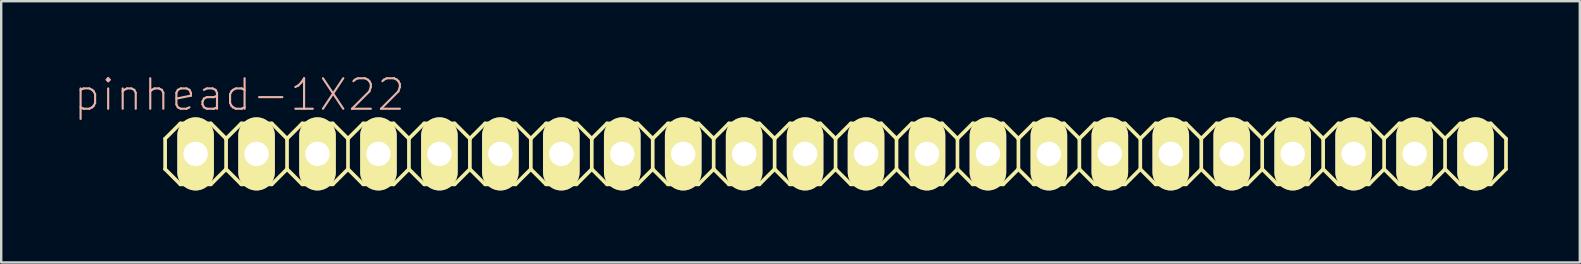
<source format=kicad_pcb>
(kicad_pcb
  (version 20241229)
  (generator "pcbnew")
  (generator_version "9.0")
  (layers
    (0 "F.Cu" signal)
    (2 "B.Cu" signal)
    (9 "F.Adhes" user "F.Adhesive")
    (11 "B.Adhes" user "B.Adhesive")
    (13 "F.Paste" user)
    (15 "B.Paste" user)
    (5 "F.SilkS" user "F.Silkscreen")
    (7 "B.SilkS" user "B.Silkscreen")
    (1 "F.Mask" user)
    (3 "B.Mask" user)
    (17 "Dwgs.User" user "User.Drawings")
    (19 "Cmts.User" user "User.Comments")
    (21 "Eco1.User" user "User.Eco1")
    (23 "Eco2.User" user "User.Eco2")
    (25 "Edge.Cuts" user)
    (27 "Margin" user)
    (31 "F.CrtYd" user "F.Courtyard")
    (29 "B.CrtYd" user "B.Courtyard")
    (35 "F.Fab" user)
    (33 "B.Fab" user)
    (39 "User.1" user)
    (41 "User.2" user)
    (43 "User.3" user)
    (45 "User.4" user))
  (footprint "pinhead-1X22"
    (layer "F.Cu")
    (at 31.772 3.363)
    (property "Reference" "pinhead-1X22" (at -24.841 -2.464 0) (layer "B.SilkS") (effects (font (size 1.27 1.27) (thickness 0.089))))
    (attr exclude_from_pos_files exclude_from_bom)
    (fp_line (start -27.94 -0.635) (end -27.94 0.635) (stroke (width 0.152) (type solid)) (layer "F.SilkS"))
    (fp_line (start -27.94 0.635) (end -27.305 1.27) (stroke (width 0.152) (type solid)) (layer "F.SilkS"))
    (fp_line (start -27.305 -1.27) (end -27.94 -0.635) (stroke (width 0.152) (type solid)) (layer "F.SilkS"))
    (fp_line (start -27.305 -1.27) (end -26.035 -1.27) (stroke (width 0.152) (type solid)) (layer "F.SilkS"))
    (fp_line (start -26.924 -0.254) (end -26.416 -0.254) (stroke (width 0.066) (type solid)) (layer "F.SilkS"))
    (fp_line (start -26.924 0.254) (end -26.924 -0.254) (stroke (width 0.066) (type solid)) (layer "F.SilkS"))
    (fp_line (start -26.924 0.254) (end -26.416 0.254) (stroke (width 0.066) (type solid)) (layer "F.SilkS"))
    (fp_line (start -26.416 0.254) (end -26.416 -0.254) (stroke (width 0.066) (type solid)) (layer "F.SilkS"))
    (fp_line (start -26.035 -1.27) (end -25.4 -0.635) (stroke (width 0.152) (type solid)) (layer "F.SilkS"))
    (fp_line (start -26.035 1.27) (end -27.305 1.27) (stroke (width 0.152) (type solid)) (layer "F.SilkS"))
    (fp_line (start -25.4 -0.635) (end -25.4 0.635) (stroke (width 0.152) (type solid)) (layer "F.SilkS"))
    (fp_line (start -25.4 -0.635) (end -24.765 -1.27) (stroke (width 0.152) (type solid)) (layer "F.SilkS"))
    (fp_line (start -25.4 0.635) (end -26.035 1.27) (stroke (width 0.152) (type solid)) (layer "F.SilkS"))
    (fp_line (start -24.765 -1.27) (end -23.495 -1.27) (stroke (width 0.152) (type solid)) (layer "F.SilkS"))
    (fp_line (start -24.765 1.27) (end -25.4 0.635) (stroke (width 0.152) (type solid)) (layer "F.SilkS"))
    (fp_line (start -24.384 -0.254) (end -23.876 -0.254) (stroke (width 0.066) (type solid)) (layer "F.SilkS"))
    (fp_line (start -24.384 0.254) (end -24.384 -0.254) (stroke (width 0.066) (type solid)) (layer "F.SilkS"))
    (fp_line (start -24.384 0.254) (end -23.876 0.254) (stroke (width 0.066) (type solid)) (layer "F.SilkS"))
    (fp_line (start -23.876 0.254) (end -23.876 -0.254) (stroke (width 0.066) (type solid)) (layer "F.SilkS"))
    (fp_line (start -23.495 -1.27) (end -22.86 -0.635) (stroke (width 0.152) (type solid)) (layer "F.SilkS"))
    (fp_line (start -23.495 1.27) (end -24.765 1.27) (stroke (width 0.152) (type solid)) (layer "F.SilkS"))
    (fp_line (start -22.86 -0.635) (end -22.86 0.635) (stroke (width 0.152) (type solid)) (layer "F.SilkS"))
    (fp_line (start -22.86 -0.635) (end -22.225 -1.27) (stroke (width 0.152) (type solid)) (layer "F.SilkS"))
    (fp_line (start -22.86 0.635) (end -23.495 1.27) (stroke (width 0.152) (type solid)) (layer "F.SilkS"))
    (fp_line (start -22.225 -1.27) (end -20.955 -1.27) (stroke (width 0.152) (type solid)) (layer "F.SilkS"))
    (fp_line (start -22.225 1.27) (end -22.86 0.635) (stroke (width 0.152) (type solid)) (layer "F.SilkS"))
    (fp_line (start -21.844 -0.254) (end -21.336 -0.254) (stroke (width 0.066) (type solid)) (layer "F.SilkS"))
    (fp_line (start -21.844 0.254) (end -21.844 -0.254) (stroke (width 0.066) (type solid)) (layer "F.SilkS"))
    (fp_line (start -21.844 0.254) (end -21.336 0.254) (stroke (width 0.066) (type solid)) (layer "F.SilkS"))
    (fp_line (start -21.336 0.254) (end -21.336 -0.254) (stroke (width 0.066) (type solid)) (layer "F.SilkS"))
    (fp_line (start -20.955 -1.27) (end -20.32 -0.635) (stroke (width 0.152) (type solid)) (layer "F.SilkS"))
    (fp_line (start -20.955 1.27) (end -22.225 1.27) (stroke (width 0.152) (type solid)) (layer "F.SilkS"))
    (fp_line (start -20.32 -0.635) (end -20.32 0.635) (stroke (width 0.152) (type solid)) (layer "F.SilkS"))
    (fp_line (start -20.32 0.635) (end -20.955 1.27) (stroke (width 0.152) (type solid)) (layer "F.SilkS"))
    (fp_line (start -20.32 0.635) (end -19.685 1.27) (stroke (width 0.152) (type solid)) (layer "F.SilkS"))
    (fp_line (start -19.685 -1.27) (end -20.32 -0.635) (stroke (width 0.152) (type solid)) (layer "F.SilkS"))
    (fp_line (start -19.685 -1.27) (end -18.415 -1.27) (stroke (width 0.152) (type solid)) (layer "F.SilkS"))
    (fp_line (start -19.304 -0.254) (end -18.796 -0.254) (stroke (width 0.066) (type solid)) (layer "F.SilkS"))
    (fp_line (start -19.304 0.254) (end -19.304 -0.254) (stroke (width 0.066) (type solid)) (layer "F.SilkS"))
    (fp_line (start -19.304 0.254) (end -18.796 0.254) (stroke (width 0.066) (type solid)) (layer "F.SilkS"))
    (fp_line (start -18.796 0.254) (end -18.796 -0.254) (stroke (width 0.066) (type solid)) (layer "F.SilkS"))
    (fp_line (start -18.415 -1.27) (end -17.78 -0.635) (stroke (width 0.152) (type solid)) (layer "F.SilkS"))
    (fp_line (start -18.415 1.27) (end -19.685 1.27) (stroke (width 0.152) (type solid)) (layer "F.SilkS"))
    (fp_line (start -17.78 -0.635) (end -17.78 0.635) (stroke (width 0.152) (type solid)) (layer "F.SilkS"))
    (fp_line (start -17.78 -0.635) (end -17.145 -1.27) (stroke (width 0.152) (type solid)) (layer "F.SilkS"))
    (fp_line (start -17.78 0.635) (end -18.415 1.27) (stroke (width 0.152) (type solid)) (layer "F.SilkS"))
    (fp_line (start -17.145 -1.27) (end -15.875 -1.27) (stroke (width 0.152) (type solid)) (layer "F.SilkS"))
    (fp_line (start -17.145 1.27) (end -17.78 0.635) (stroke (width 0.152) (type solid)) (layer "F.SilkS"))
    (fp_line (start -16.764 -0.254) (end -16.256 -0.254) (stroke (width 0.066) (type solid)) (layer "F.SilkS"))
    (fp_line (start -16.764 0.254) (end -16.764 -0.254) (stroke (width 0.066) (type solid)) (layer "F.SilkS"))
    (fp_line (start -16.764 0.254) (end -16.256 0.254) (stroke (width 0.066) (type solid)) (layer "F.SilkS"))
    (fp_line (start -16.256 0.254) (end -16.256 -0.254) (stroke (width 0.066) (type solid)) (layer "F.SilkS"))
    (fp_line (start -15.875 -1.27) (end -15.24 -0.635) (stroke (width 0.152) (type solid)) (layer "F.SilkS"))
    (fp_line (start -15.875 1.27) (end -17.145 1.27) (stroke (width 0.152) (type solid)) (layer "F.SilkS"))
    (fp_line (start -15.24 -0.635) (end -15.24 0.635) (stroke (width 0.152) (type solid)) (layer "F.SilkS"))
    (fp_line (start -15.24 -0.635) (end -14.605 -1.27) (stroke (width 0.152) (type solid)) (layer "F.SilkS"))
    (fp_line (start -15.24 0.635) (end -15.875 1.27) (stroke (width 0.152) (type solid)) (layer "F.SilkS"))
    (fp_line (start -14.605 -1.27) (end -13.335 -1.27) (stroke (width 0.152) (type solid)) (layer "F.SilkS"))
    (fp_line (start -14.605 1.27) (end -15.24 0.635) (stroke (width 0.152) (type solid)) (layer "F.SilkS"))
    (fp_line (start -14.224 -0.254) (end -13.716 -0.254) (stroke (width 0.066) (type solid)) (layer "F.SilkS"))
    (fp_line (start -14.224 0.254) (end -14.224 -0.254) (stroke (width 0.066) (type solid)) (layer "F.SilkS"))
    (fp_line (start -14.224 0.254) (end -13.716 0.254) (stroke (width 0.066) (type solid)) (layer "F.SilkS"))
    (fp_line (start -13.716 0.254) (end -13.716 -0.254) (stroke (width 0.066) (type solid)) (layer "F.SilkS"))
    (fp_line (start -13.335 -1.27) (end -12.7 -0.635) (stroke (width 0.152) (type solid)) (layer "F.SilkS"))
    (fp_line (start -13.335 1.27) (end -14.605 1.27) (stroke (width 0.152) (type solid)) (layer "F.SilkS"))
    (fp_line (start -12.7 -0.635) (end -12.7 0.635) (stroke (width 0.152) (type solid)) (layer "F.SilkS"))
    (fp_line (start -12.7 0.635) (end -13.335 1.27) (stroke (width 0.152) (type solid)) (layer "F.SilkS"))
    (fp_line (start -12.7 0.635) (end -12.065 1.27) (stroke (width 0.152) (type solid)) (layer "F.SilkS"))
    (fp_line (start -12.065 -1.27) (end -12.7 -0.635) (stroke (width 0.152) (type solid)) (layer "F.SilkS"))
    (fp_line (start -12.065 -1.27) (end -10.795 -1.27) (stroke (width 0.152) (type solid)) (layer "F.SilkS"))
    (fp_line (start -11.684 -0.254) (end -11.176 -0.254) (stroke (width 0.066) (type solid)) (layer "F.SilkS"))
    (fp_line (start -11.684 0.254) (end -11.684 -0.254) (stroke (width 0.066) (type solid)) (layer "F.SilkS"))
    (fp_line (start -11.684 0.254) (end -11.176 0.254) (stroke (width 0.066) (type solid)) (layer "F.SilkS"))
    (fp_line (start -11.176 0.254) (end -11.176 -0.254) (stroke (width 0.066) (type solid)) (layer "F.SilkS"))
    (fp_line (start -10.795 -1.27) (end -10.16 -0.635) (stroke (width 0.152) (type solid)) (layer "F.SilkS"))
    (fp_line (start -10.795 1.27) (end -12.065 1.27) (stroke (width 0.152) (type solid)) (layer "F.SilkS"))
    (fp_line (start -10.16 -0.635) (end -10.16 0.635) (stroke (width 0.152) (type solid)) (layer "F.SilkS"))
    (fp_line (start -10.16 -0.635) (end -9.525 -1.27) (stroke (width 0.152) (type solid)) (layer "F.SilkS"))
    (fp_line (start -10.16 0.635) (end -10.795 1.27) (stroke (width 0.152) (type solid)) (layer "F.SilkS"))
    (fp_line (start -9.525 -1.27) (end -8.255 -1.27) (stroke (width 0.152) (type solid)) (layer "F.SilkS"))
    (fp_line (start -9.525 1.27) (end -10.16 0.635) (stroke (width 0.152) (type solid)) (layer "F.SilkS"))
    (fp_line (start -9.144 -0.254) (end -8.636 -0.254) (stroke (width 0.066) (type solid)) (layer "F.SilkS"))
    (fp_line (start -9.144 0.254) (end -9.144 -0.254) (stroke (width 0.066) (type solid)) (layer "F.SilkS"))
    (fp_line (start -9.144 0.254) (end -8.636 0.254) (stroke (width 0.066) (type solid)) (layer "F.SilkS"))
    (fp_line (start -8.636 0.254) (end -8.636 -0.254) (stroke (width 0.066) (type solid)) (layer "F.SilkS"))
    (fp_line (start -8.255 -1.27) (end -7.62 -0.635) (stroke (width 0.152) (type solid)) (layer "F.SilkS"))
    (fp_line (start -8.255 1.27) (end -9.525 1.27) (stroke (width 0.152) (type solid)) (layer "F.SilkS"))
    (fp_line (start -7.62 -0.635) (end -7.62 0.635) (stroke (width 0.152) (type solid)) (layer "F.SilkS"))
    (fp_line (start -7.62 -0.635) (end -6.985 -1.27) (stroke (width 0.152) (type solid)) (layer "F.SilkS"))
    (fp_line (start -7.62 0.635) (end -8.255 1.27) (stroke (width 0.152) (type solid)) (layer "F.SilkS"))
    (fp_line (start -6.985 -1.27) (end -5.715 -1.27) (stroke (width 0.152) (type solid)) (layer "F.SilkS"))
    (fp_line (start -6.985 1.27) (end -7.62 0.635) (stroke (width 0.152) (type solid)) (layer "F.SilkS"))
    (fp_line (start -6.604 -0.254) (end -6.096 -0.254) (stroke (width 0.066) (type solid)) (layer "F.SilkS"))
    (fp_line (start -6.604 0.254) (end -6.604 -0.254) (stroke (width 0.066) (type solid)) (layer "F.SilkS"))
    (fp_line (start -6.604 0.254) (end -6.096 0.254) (stroke (width 0.066) (type solid)) (layer "F.SilkS"))
    (fp_line (start -6.096 0.254) (end -6.096 -0.254) (stroke (width 0.066) (type solid)) (layer "F.SilkS"))
    (fp_line (start -5.715 -1.27) (end -5.08 -0.635) (stroke (width 0.152) (type solid)) (layer "F.SilkS"))
    (fp_line (start -5.715 1.27) (end -6.985 1.27) (stroke (width 0.152) (type solid)) (layer "F.SilkS"))
    (fp_line (start -5.08 -0.635) (end -5.08 0.635) (stroke (width 0.152) (type solid)) (layer "F.SilkS"))
    (fp_line (start -5.08 0.635) (end -5.715 1.27) (stroke (width 0.152) (type solid)) (layer "F.SilkS"))
    (fp_line (start -5.08 0.635) (end -4.445 1.27) (stroke (width 0.152) (type solid)) (layer "F.SilkS"))
    (fp_line (start -4.445 -1.27) (end -5.08 -0.635) (stroke (width 0.152) (type solid)) (layer "F.SilkS"))
    (fp_line (start -4.445 -1.27) (end -3.175 -1.27) (stroke (width 0.152) (type solid)) (layer "F.SilkS"))
    (fp_line (start -4.064 -0.254) (end -3.556 -0.254) (stroke (width 0.066) (type solid)) (layer "F.SilkS"))
    (fp_line (start -4.064 0.254) (end -4.064 -0.254) (stroke (width 0.066) (type solid)) (layer "F.SilkS"))
    (fp_line (start -4.064 0.254) (end -3.556 0.254) (stroke (width 0.066) (type solid)) (layer "F.SilkS"))
    (fp_line (start -3.556 0.254) (end -3.556 -0.254) (stroke (width 0.066) (type solid)) (layer "F.SilkS"))
    (fp_line (start -3.175 -1.27) (end -2.54 -0.635) (stroke (width 0.152) (type solid)) (layer "F.SilkS"))
    (fp_line (start -3.175 1.27) (end -4.445 1.27) (stroke (width 0.152) (type solid)) (layer "F.SilkS"))
    (fp_line (start -2.54 -0.635) (end -2.54 0.635) (stroke (width 0.152) (type solid)) (layer "F.SilkS"))
    (fp_line (start -2.54 -0.635) (end -1.905 -1.27) (stroke (width 0.152) (type solid)) (layer "F.SilkS"))
    (fp_line (start -2.54 0.635) (end -3.175 1.27) (stroke (width 0.152) (type solid)) (layer "F.SilkS"))
    (fp_line (start -1.905 -1.27) (end -0.635 -1.27) (stroke (width 0.152) (type solid)) (layer "F.SilkS"))
    (fp_line (start -1.905 1.27) (end -2.54 0.635) (stroke (width 0.152) (type solid)) (layer "F.SilkS"))
    (fp_line (start -1.524 -0.254) (end -1.016 -0.254) (stroke (width 0.066) (type solid)) (layer "F.SilkS"))
    (fp_line (start -1.524 0.254) (end -1.524 -0.254) (stroke (width 0.066) (type solid)) (layer "F.SilkS"))
    (fp_line (start -1.524 0.254) (end -1.016 0.254) (stroke (width 0.066) (type solid)) (layer "F.SilkS"))
    (fp_line (start -1.016 0.254) (end -1.016 -0.254) (stroke (width 0.066) (type solid)) (layer "F.SilkS"))
    (fp_line (start -0.635 -1.27) (end 0 -0.635) (stroke (width 0.152) (type solid)) (layer "F.SilkS"))
    (fp_line (start -0.635 1.27) (end -1.905 1.27) (stroke (width 0.152) (type solid)) (layer "F.SilkS"))
    (fp_line (start 0 -0.635) (end 0 0.635) (stroke (width 0.152) (type solid)) (layer "F.SilkS"))
    (fp_line (start 0 -0.635) (end 0.635 -1.27) (stroke (width 0.152) (type solid)) (layer "F.SilkS"))
    (fp_line (start 0 0.635) (end -0.635 1.27) (stroke (width 0.152) (type solid)) (layer "F.SilkS"))
    (fp_line (start 0.635 -1.27) (end 1.905 -1.27) (stroke (width 0.152) (type solid)) (layer "F.SilkS"))
    (fp_line (start 0.635 1.27) (end 0 0.635) (stroke (width 0.152) (type solid)) (layer "F.SilkS"))
    (fp_line (start 1.016 -0.254) (end 1.524 -0.254) (stroke (width 0.066) (type solid)) (layer "F.SilkS"))
    (fp_line (start 1.016 0.254) (end 1.016 -0.254) (stroke (width 0.066) (type solid)) (layer "F.SilkS"))
    (fp_line (start 1.016 0.254) (end 1.524 0.254) (stroke (width 0.066) (type solid)) (layer "F.SilkS"))
    (fp_line (start 1.524 0.254) (end 1.524 -0.254) (stroke (width 0.066) (type solid)) (layer "F.SilkS"))
    (fp_line (start 1.905 -1.27) (end 2.54 -0.635) (stroke (width 0.152) (type solid)) (layer "F.SilkS"))
    (fp_line (start 1.905 1.27) (end 0.635 1.27) (stroke (width 0.152) (type solid)) (layer "F.SilkS"))
    (fp_line (start 2.54 -0.635) (end 2.54 0.635) (stroke (width 0.152) (type solid)) (layer "F.SilkS"))
    (fp_line (start 2.54 0.635) (end 1.905 1.27) (stroke (width 0.152) (type solid)) (layer "F.SilkS"))
    (fp_line (start 2.54 0.635) (end 3.175 1.27) (stroke (width 0.152) (type solid)) (layer "F.SilkS"))
    (fp_line (start 3.175 -1.27) (end 2.54 -0.635) (stroke (width 0.152) (type solid)) (layer "F.SilkS"))
    (fp_line (start 3.175 -1.27) (end 4.445 -1.27) (stroke (width 0.152) (type solid)) (layer "F.SilkS"))
    (fp_line (start 3.556 -0.254) (end 4.064 -0.254) (stroke (width 0.066) (type solid)) (layer "F.SilkS"))
    (fp_line (start 3.556 0.254) (end 3.556 -0.254) (stroke (width 0.066) (type solid)) (layer "F.SilkS"))
    (fp_line (start 3.556 0.254) (end 4.064 0.254) (stroke (width 0.066) (type solid)) (layer "F.SilkS"))
    (fp_line (start 4.064 0.254) (end 4.064 -0.254) (stroke (width 0.066) (type solid)) (layer "F.SilkS"))
    (fp_line (start 4.445 -1.27) (end 5.08 -0.635) (stroke (width 0.152) (type solid)) (layer "F.SilkS"))
    (fp_line (start 4.445 1.27) (end 3.175 1.27) (stroke (width 0.152) (type solid)) (layer "F.SilkS"))
    (fp_line (start 5.08 -0.635) (end 5.08 0.635) (stroke (width 0.152) (type solid)) (layer "F.SilkS"))
    (fp_line (start 5.08 -0.635) (end 5.715 -1.27) (stroke (width 0.152) (type solid)) (layer "F.SilkS"))
    (fp_line (start 5.08 0.635) (end 4.445 1.27) (stroke (width 0.152) (type solid)) (layer "F.SilkS"))
    (fp_line (start 5.715 -1.27) (end 6.985 -1.27) (stroke (width 0.152) (type solid)) (layer "F.SilkS"))
    (fp_line (start 5.715 1.27) (end 5.08 0.635) (stroke (width 0.152) (type solid)) (layer "F.SilkS"))
    (fp_line (start 6.096 -0.254) (end 6.604 -0.254) (stroke (width 0.066) (type solid)) (layer "F.SilkS"))
    (fp_line (start 6.096 0.254) (end 6.096 -0.254) (stroke (width 0.066) (type solid)) (layer "F.SilkS"))
    (fp_line (start 6.096 0.254) (end 6.604 0.254) (stroke (width 0.066) (type solid)) (layer "F.SilkS"))
    (fp_line (start 6.604 0.254) (end 6.604 -0.254) (stroke (width 0.066) (type solid)) (layer "F.SilkS"))
    (fp_line (start 6.985 -1.27) (end 7.62 -0.635) (stroke (width 0.152) (type solid)) (layer "F.SilkS"))
    (fp_line (start 6.985 1.27) (end 5.715 1.27) (stroke (width 0.152) (type solid)) (layer "F.SilkS"))
    (fp_line (start 7.62 -0.635) (end 7.62 0.635) (stroke (width 0.152) (type solid)) (layer "F.SilkS"))
    (fp_line (start 7.62 -0.635) (end 8.255 -1.27) (stroke (width 0.152) (type solid)) (layer "F.SilkS"))
    (fp_line (start 7.62 0.635) (end 6.985 1.27) (stroke (width 0.152) (type solid)) (layer "F.SilkS"))
    (fp_line (start 8.255 -1.27) (end 9.525 -1.27) (stroke (width 0.152) (type solid)) (layer "F.SilkS"))
    (fp_line (start 8.255 1.27) (end 7.62 0.635) (stroke (width 0.152) (type solid)) (layer "F.SilkS"))
    (fp_line (start 8.636 -0.254) (end 9.144 -0.254) (stroke (width 0.066) (type solid)) (layer "F.SilkS"))
    (fp_line (start 8.636 0.254) (end 8.636 -0.254) (stroke (width 0.066) (type solid)) (layer "F.SilkS"))
    (fp_line (start 8.636 0.254) (end 9.144 0.254) (stroke (width 0.066) (type solid)) (layer "F.SilkS"))
    (fp_line (start 9.144 0.254) (end 9.144 -0.254) (stroke (width 0.066) (type solid)) (layer "F.SilkS"))
    (fp_line (start 9.525 -1.27) (end 10.16 -0.635) (stroke (width 0.152) (type solid)) (layer "F.SilkS"))
    (fp_line (start 9.525 1.27) (end 8.255 1.27) (stroke (width 0.152) (type solid)) (layer "F.SilkS"))
    (fp_line (start 10.16 -0.635) (end 10.16 0.635) (stroke (width 0.152) (type solid)) (layer "F.SilkS"))
    (fp_line (start 10.16 0.635) (end 9.525 1.27) (stroke (width 0.152) (type solid)) (layer "F.SilkS"))
    (fp_line (start 10.16 0.635) (end 10.795 1.27) (stroke (width 0.152) (type solid)) (layer "F.SilkS"))
    (fp_line (start 10.795 -1.27) (end 10.16 -0.635) (stroke (width 0.152) (type solid)) (layer "F.SilkS"))
    (fp_line (start 10.795 -1.27) (end 12.065 -1.27) (stroke (width 0.152) (type solid)) (layer "F.SilkS"))
    (fp_line (start 11.176 -0.254) (end 11.684 -0.254) (stroke (width 0.066) (type solid)) (layer "F.SilkS"))
    (fp_line (start 11.176 0.254) (end 11.176 -0.254) (stroke (width 0.066) (type solid)) (layer "F.SilkS"))
    (fp_line (start 11.176 0.254) (end 11.684 0.254) (stroke (width 0.066) (type solid)) (layer "F.SilkS"))
    (fp_line (start 11.684 0.254) (end 11.684 -0.254) (stroke (width 0.066) (type solid)) (layer "F.SilkS"))
    (fp_line (start 12.065 -1.27) (end 12.7 -0.635) (stroke (width 0.152) (type solid)) (layer "F.SilkS"))
    (fp_line (start 12.065 1.27) (end 10.795 1.27) (stroke (width 0.152) (type solid)) (layer "F.SilkS"))
    (fp_line (start 12.7 -0.635) (end 12.7 0.635) (stroke (width 0.152) (type solid)) (layer "F.SilkS"))
    (fp_line (start 12.7 -0.635) (end 13.335 -1.27) (stroke (width 0.152) (type solid)) (layer "F.SilkS"))
    (fp_line (start 12.7 0.635) (end 12.065 1.27) (stroke (width 0.152) (type solid)) (layer "F.SilkS"))
    (fp_line (start 13.335 -1.27) (end 14.605 -1.27) (stroke (width 0.152) (type solid)) (layer "F.SilkS"))
    (fp_line (start 13.335 1.27) (end 12.7 0.635) (stroke (width 0.152) (type solid)) (layer "F.SilkS"))
    (fp_line (start 13.716 -0.254) (end 14.224 -0.254) (stroke (width 0.066) (type solid)) (layer "F.SilkS"))
    (fp_line (start 13.716 0.254) (end 13.716 -0.254) (stroke (width 0.066) (type solid)) (layer "F.SilkS"))
    (fp_line (start 13.716 0.254) (end 14.224 0.254) (stroke (width 0.066) (type solid)) (layer "F.SilkS"))
    (fp_line (start 14.224 0.254) (end 14.224 -0.254) (stroke (width 0.066) (type solid)) (layer "F.SilkS"))
    (fp_line (start 14.605 -1.27) (end 15.24 -0.635) (stroke (width 0.152) (type solid)) (layer "F.SilkS"))
    (fp_line (start 14.605 1.27) (end 13.335 1.27) (stroke (width 0.152) (type solid)) (layer "F.SilkS"))
    (fp_line (start 15.24 -0.635) (end 15.24 0.635) (stroke (width 0.152) (type solid)) (layer "F.SilkS"))
    (fp_line (start 15.24 -0.635) (end 15.875 -1.27) (stroke (width 0.152) (type solid)) (layer "F.SilkS"))
    (fp_line (start 15.24 0.635) (end 14.605 1.27) (stroke (width 0.152) (type solid)) (layer "F.SilkS"))
    (fp_line (start 15.875 -1.27) (end 17.145 -1.27) (stroke (width 0.152) (type solid)) (layer "F.SilkS"))
    (fp_line (start 15.875 1.27) (end 15.24 0.635) (stroke (width 0.152) (type solid)) (layer "F.SilkS"))
    (fp_line (start 16.256 -0.254) (end 16.764 -0.254) (stroke (width 0.066) (type solid)) (layer "F.SilkS"))
    (fp_line (start 16.256 0.254) (end 16.256 -0.254) (stroke (width 0.066) (type solid)) (layer "F.SilkS"))
    (fp_line (start 16.256 0.254) (end 16.764 0.254) (stroke (width 0.066) (type solid)) (layer "F.SilkS"))
    (fp_line (start 16.764 0.254) (end 16.764 -0.254) (stroke (width 0.066) (type solid)) (layer "F.SilkS"))
    (fp_line (start 17.145 -1.27) (end 17.78 -0.635) (stroke (width 0.152) (type solid)) (layer "F.SilkS"))
    (fp_line (start 17.145 1.27) (end 15.875 1.27) (stroke (width 0.152) (type solid)) (layer "F.SilkS"))
    (fp_line (start 17.78 -0.635) (end 17.78 0.635) (stroke (width 0.152) (type solid)) (layer "F.SilkS"))
    (fp_line (start 17.78 0.635) (end 17.145 1.27) (stroke (width 0.152) (type solid)) (layer "F.SilkS"))
    (fp_line (start 17.78 0.635) (end 18.415 1.27) (stroke (width 0.152) (type solid)) (layer "F.SilkS"))
    (fp_line (start 18.415 -1.27) (end 17.78 -0.635) (stroke (width 0.152) (type solid)) (layer "F.SilkS"))
    (fp_line (start 18.415 -1.27) (end 19.685 -1.27) (stroke (width 0.152) (type solid)) (layer "F.SilkS"))
    (fp_line (start 18.796 -0.254) (end 19.304 -0.254) (stroke (width 0.066) (type solid)) (layer "F.SilkS"))
    (fp_line (start 18.796 0.254) (end 18.796 -0.254) (stroke (width 0.066) (type solid)) (layer "F.SilkS"))
    (fp_line (start 18.796 0.254) (end 19.304 0.254) (stroke (width 0.066) (type solid)) (layer "F.SilkS"))
    (fp_line (start 19.304 0.254) (end 19.304 -0.254) (stroke (width 0.066) (type solid)) (layer "F.SilkS"))
    (fp_line (start 19.685 -1.27) (end 20.32 -0.635) (stroke (width 0.152) (type solid)) (layer "F.SilkS"))
    (fp_line (start 19.685 1.27) (end 18.415 1.27) (stroke (width 0.152) (type solid)) (layer "F.SilkS"))
    (fp_line (start 20.32 -0.635) (end 20.32 0.635) (stroke (width 0.152) (type solid)) (layer "F.SilkS"))
    (fp_line (start 20.32 0.635) (end 19.685 1.27) (stroke (width 0.152) (type solid)) (layer "F.SilkS"))
    (fp_line (start 20.32 0.635) (end 20.955 1.27) (stroke (width 0.152) (type solid)) (layer "F.SilkS"))
    (fp_line (start 20.955 -1.27) (end 20.32 -0.635) (stroke (width 0.152) (type solid)) (layer "F.SilkS"))
    (fp_line (start 20.955 -1.27) (end 22.225 -1.27) (stroke (width 0.152) (type solid)) (layer "F.SilkS"))
    (fp_line (start 21.336 -0.254) (end 21.844 -0.254) (stroke (width 0.066) (type solid)) (layer "F.SilkS"))
    (fp_line (start 21.336 0.254) (end 21.336 -0.254) (stroke (width 0.066) (type solid)) (layer "F.SilkS"))
    (fp_line (start 21.336 0.254) (end 21.844 0.254) (stroke (width 0.066) (type solid)) (layer "F.SilkS"))
    (fp_line (start 21.844 0.254) (end 21.844 -0.254) (stroke (width 0.066) (type solid)) (layer "F.SilkS"))
    (fp_line (start 22.225 -1.27) (end 22.86 -0.635) (stroke (width 0.152) (type solid)) (layer "F.SilkS"))
    (fp_line (start 22.225 1.27) (end 20.955 1.27) (stroke (width 0.152) (type solid)) (layer "F.SilkS"))
    (fp_line (start 22.86 -0.635) (end 22.86 0.635) (stroke (width 0.152) (type solid)) (layer "F.SilkS"))
    (fp_line (start 22.86 0.635) (end 22.225 1.27) (stroke (width 0.152) (type solid)) (layer "F.SilkS"))
    (fp_line (start 22.86 0.635) (end 23.495 1.27) (stroke (width 0.152) (type solid)) (layer "F.SilkS"))
    (fp_line (start 23.495 -1.27) (end 22.86 -0.635) (stroke (width 0.152) (type solid)) (layer "F.SilkS"))
    (fp_line (start 23.495 -1.27) (end 24.765 -1.27) (stroke (width 0.152) (type solid)) (layer "F.SilkS"))
    (fp_line (start 23.876 -0.254) (end 24.384 -0.254) (stroke (width 0.066) (type solid)) (layer "F.SilkS"))
    (fp_line (start 23.876 0.254) (end 23.876 -0.254) (stroke (width 0.066) (type solid)) (layer "F.SilkS"))
    (fp_line (start 23.876 0.254) (end 24.384 0.254) (stroke (width 0.066) (type solid)) (layer "F.SilkS"))
    (fp_line (start 24.384 0.254) (end 24.384 -0.254) (stroke (width 0.066) (type solid)) (layer "F.SilkS"))
    (fp_line (start 24.765 -1.27) (end 25.4 -0.635) (stroke (width 0.152) (type solid)) (layer "F.SilkS"))
    (fp_line (start 24.765 1.27) (end 23.495 1.27) (stroke (width 0.152) (type solid)) (layer "F.SilkS"))
    (fp_line (start 25.4 -0.635) (end 25.4 0.635) (stroke (width 0.152) (type solid)) (layer "F.SilkS"))
    (fp_line (start 25.4 0.635) (end 24.765 1.27) (stroke (width 0.152) (type solid)) (layer "F.SilkS"))
    (fp_line (start 25.4 0.635) (end 26.035 1.27) (stroke (width 0.152) (type solid)) (layer "F.SilkS"))
    (fp_line (start 26.035 -1.27) (end 25.4 -0.635) (stroke (width 0.152) (type solid)) (layer "F.SilkS"))
    (fp_line (start 26.035 -1.27) (end 27.305 -1.27) (stroke (width 0.152) (type solid)) (layer "F.SilkS"))
    (fp_line (start 26.416 -0.254) (end 26.924 -0.254) (stroke (width 0.066) (type solid)) (layer "F.SilkS"))
    (fp_line (start 26.416 0.254) (end 26.416 -0.254) (stroke (width 0.066) (type solid)) (layer "F.SilkS"))
    (fp_line (start 26.416 0.254) (end 26.924 0.254) (stroke (width 0.066) (type solid)) (layer "F.SilkS"))
    (fp_line (start 26.924 0.254) (end 26.924 -0.254) (stroke (width 0.066) (type solid)) (layer "F.SilkS"))
    (fp_line (start 27.305 -1.27) (end 27.94 -0.635) (stroke (width 0.152) (type solid)) (layer "F.SilkS"))
    (fp_line (start 27.305 1.27) (end 26.035 1.27) (stroke (width 0.152) (type solid)) (layer "F.SilkS"))
    (fp_line (start 27.94 -0.635) (end 27.94 0.635) (stroke (width 0.152) (type solid)) (layer "F.SilkS"))
    (fp_line (start 27.94 0.635) (end 27.305 1.27) (stroke (width 0.152) (type solid)) (layer "F.SilkS"))
    (pad "1" thru_hole oval (at -26.67 0) (size 1.524 3.048) (drill 1.016) (layers "*.Cu" "F.Mask" "F.SilkS" "F.Paste"))
    (pad "2" thru_hole oval (at -24.13 0) (size 1.524 3.048) (drill 1.016) (layers "*.Cu" "F.Mask" "F.SilkS" "F.Paste"))
    (pad "3" thru_hole oval (at -21.59 0) (size 1.524 3.048) (drill 1.016) (layers "*.Cu" "F.Mask" "F.SilkS" "F.Paste"))
    (pad "4" thru_hole oval (at -19.05 0) (size 1.524 3.048) (drill 1.016) (layers "*.Cu" "F.Mask" "F.SilkS" "F.Paste"))
    (pad "5" thru_hole oval (at -16.51 0) (size 1.524 3.048) (drill 1.016) (layers "*.Cu" "F.Mask" "F.SilkS" "F.Paste"))
    (pad "6" thru_hole oval (at -13.97 0) (size 1.524 3.048) (drill 1.016) (layers "*.Cu" "F.Mask" "F.SilkS" "F.Paste"))
    (pad "7" thru_hole oval (at -11.43 0) (size 1.524 3.048) (drill 1.016) (layers "*.Cu" "F.Mask" "F.SilkS" "F.Paste"))
    (pad "8" thru_hole oval (at -8.89 0) (size 1.524 3.048) (drill 1.016) (layers "*.Cu" "F.Mask" "F.SilkS" "F.Paste"))
    (pad "9" thru_hole oval (at -6.35 0) (size 1.524 3.048) (drill 1.016) (layers "*.Cu" "F.Mask" "F.SilkS" "F.Paste"))
    (pad "10" thru_hole oval (at -3.81 0) (size 1.524 3.048) (drill 1.016) (layers "*.Cu" "F.Mask" "F.SilkS" "F.Paste"))
    (pad "11" thru_hole oval (at -1.27 0) (size 1.524 3.048) (drill 1.016) (layers "*.Cu" "F.Mask" "F.SilkS" "F.Paste"))
    (pad "12" thru_hole oval (at 1.27 0) (size 1.524 3.048) (drill 1.016) (layers "*.Cu" "F.Mask" "F.SilkS" "F.Paste"))
    (pad "13" thru_hole oval (at 3.81 0) (size 1.524 3.048) (drill 1.016) (layers "*.Cu" "F.Mask" "F.SilkS" "F.Paste"))
    (pad "14" thru_hole oval (at 6.35 0) (size 1.524 3.048) (drill 1.016) (layers "*.Cu" "F.Mask" "F.SilkS" "F.Paste"))
    (pad "15" thru_hole oval (at 8.89 0) (size 1.524 3.048) (drill 1.016) (layers "*.Cu" "F.Mask" "F.SilkS" "F.Paste"))
    (pad "16" thru_hole oval (at 11.43 0) (size 1.524 3.048) (drill 1.016) (layers "*.Cu" "F.Mask" "F.SilkS" "F.Paste"))
    (pad "17" thru_hole oval (at 13.97 0) (size 1.524 3.048) (drill 1.016) (layers "*.Cu" "F.Mask" "F.SilkS" "F.Paste"))
    (pad "18" thru_hole oval (at 16.51 0) (size 1.524 3.048) (drill 1.016) (layers "*.Cu" "F.Mask" "F.SilkS" "F.Paste"))
    (pad "19" thru_hole oval (at 19.05 0) (size 1.524 3.048) (drill 1.016) (layers "*.Cu" "F.Mask" "F.SilkS" "F.Paste"))
    (pad "20" thru_hole oval (at 21.59 0) (size 1.524 3.048) (drill 1.016) (layers "*.Cu" "F.Mask" "F.SilkS" "F.Paste"))
    (pad "21" thru_hole oval (at 24.13 0) (size 1.524 3.048) (drill 1.016) (layers "*.Cu" "F.Mask" "F.SilkS" "F.Paste"))
    (pad "22" thru_hole oval (at 26.67 0) (size 1.524 3.048) (drill 1.016) (layers "*.Cu" "F.Mask" "F.SilkS" "F.Paste")))
  (gr_rect
    (start -3 -3)
    (end 62.788 7.887)
    (stroke (width 0.1) (type default))
    (fill no)
    (layer "Edge.Cuts")))
</source>
